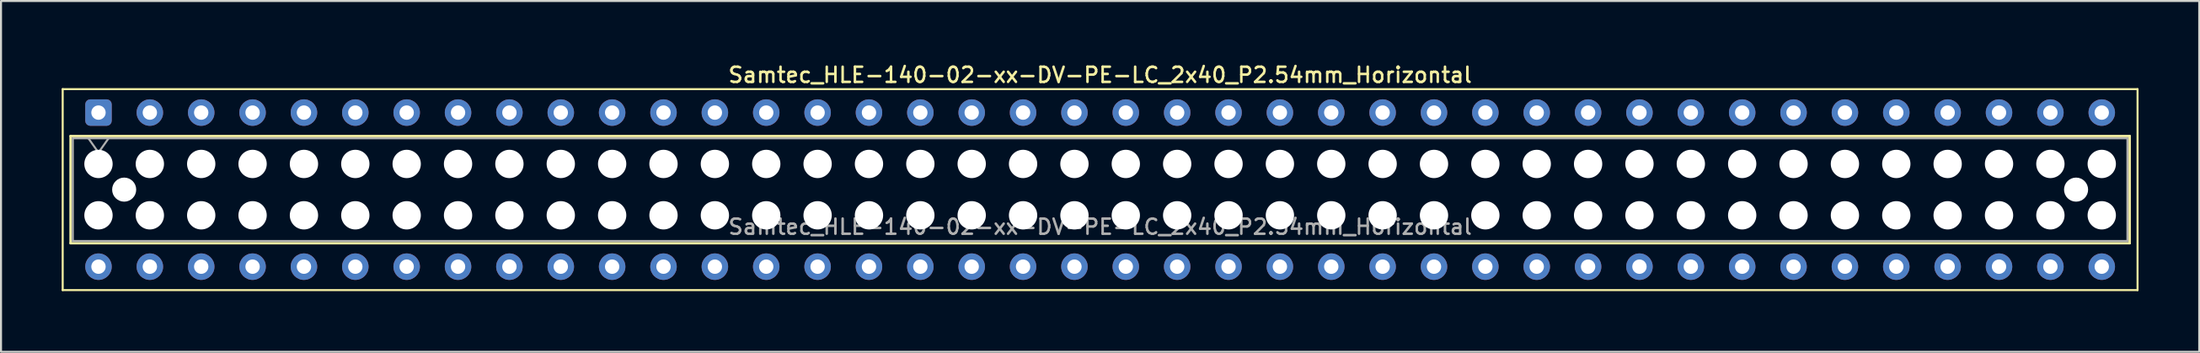
<source format=kicad_pcb>
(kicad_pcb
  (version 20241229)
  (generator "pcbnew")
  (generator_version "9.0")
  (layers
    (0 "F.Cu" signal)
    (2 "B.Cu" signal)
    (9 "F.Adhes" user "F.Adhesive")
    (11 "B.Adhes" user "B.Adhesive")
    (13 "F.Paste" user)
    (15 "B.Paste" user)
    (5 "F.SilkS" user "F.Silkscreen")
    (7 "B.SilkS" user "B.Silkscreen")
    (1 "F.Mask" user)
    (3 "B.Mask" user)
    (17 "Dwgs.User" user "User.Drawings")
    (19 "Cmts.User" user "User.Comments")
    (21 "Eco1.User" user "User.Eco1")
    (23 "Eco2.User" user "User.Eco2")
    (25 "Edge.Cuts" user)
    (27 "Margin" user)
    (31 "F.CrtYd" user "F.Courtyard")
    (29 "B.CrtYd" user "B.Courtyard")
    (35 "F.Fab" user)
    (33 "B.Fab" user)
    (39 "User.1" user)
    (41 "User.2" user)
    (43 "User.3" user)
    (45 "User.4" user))
  (footprint "Samtec_HLE-140-02-xx-DV-PE-LC_2x40_P2.54mm_Horizontal"
    (layer "F.Cu")
    (at 1.82 2.518)
    (property "Reference" "Samtec_HLE-140-02-xx-DV-PE-LC_2x40_P2.54mm_Horizontal" (at 49.53 -1.86 0) (layer "F.SilkS") (effects (font (size 0.75 0.75) (thickness 0.125))))
    (attr through_hole)
    (fp_line (start -1.77 -1.16) (end 100.83 -1.16) (stroke (width 0.1) (type solid)) (layer "F.SilkS"))
    (fp_line (start -1.77 8.78) (end -1.77 -1.16) (stroke (width 0.1) (type solid)) (layer "F.SilkS"))
    (fp_line (start -1.38 1.16) (end 100.44 1.16) (stroke (width 0.12) (type solid)) (layer "F.SilkS"))
    (fp_line (start -1.38 6.46) (end -1.38 1.16) (stroke (width 0.12) (type solid)) (layer "F.SilkS"))
    (fp_line (start 100.44 1.16) (end 100.44 6.46) (stroke (width 0.12) (type solid)) (layer "F.SilkS"))
    (fp_line (start 100.44 6.46) (end -1.38 6.46) (stroke (width 0.12) (type solid)) (layer "F.SilkS"))
    (fp_line (start 100.83 -1.16) (end 100.83 8.78) (stroke (width 0.1) (type solid)) (layer "F.SilkS"))
    (fp_line (start 100.83 8.78) (end -1.77 8.78) (stroke (width 0.1) (type solid)) (layer "F.SilkS"))
    (fp_line (start -1.27 1.27) (end 100.33 1.27) (stroke (width 0.1) (type solid)) (layer "F.Fab"))
    (fp_line (start -1.27 6.35) (end -1.27 1.27) (stroke (width 0.1) (type solid)) (layer "F.Fab"))
    (fp_line (start -0.5 1.27) (end 0 1.977) (stroke (width 0.1) (type solid)) (layer "F.Fab"))
    (fp_line (start 0 1.977) (end 0.5 1.27) (stroke (width 0.1) (type solid)) (layer "F.Fab"))
    (fp_line (start 100.33 1.27) (end 100.33 6.35) (stroke (width 0.1) (type solid)) (layer "F.Fab"))
    (fp_line (start 100.33 6.35) (end -1.27 6.35) (stroke (width 0.1) (type solid)) (layer "F.Fab"))
    (fp_text user "${REFERENCE}" (at 49.53 5.65 0) (layer "F.Fab") (effects (font (size 0.75 0.75) (thickness 0.125))))
    (pad "" np_thru_hole circle (at 0 2.54) (size 1.4 1.4) (drill 1.4) (layers "*.Cu" "*.Mask"))
    (pad "" np_thru_hole circle (at 0 5.08) (size 1.4 1.4) (drill 1.4) (layers "*.Cu" "*.Mask"))
    (pad "" np_thru_hole circle (at 1.27 3.81) (size 1.19 1.19) (drill 1.19) (layers "*.Cu" "*.Mask"))
    (pad "" np_thru_hole circle (at 2.54 2.54) (size 1.4 1.4) (drill 1.4) (layers "*.Cu" "*.Mask"))
    (pad "" np_thru_hole circle (at 2.54 5.08) (size 1.4 1.4) (drill 1.4) (layers "*.Cu" "*.Mask"))
    (pad "" np_thru_hole circle (at 5.08 2.54) (size 1.4 1.4) (drill 1.4) (layers "*.Cu" "*.Mask"))
    (pad "" np_thru_hole circle (at 5.08 5.08) (size 1.4 1.4) (drill 1.4) (layers "*.Cu" "*.Mask"))
    (pad "" np_thru_hole circle (at 7.62 2.54) (size 1.4 1.4) (drill 1.4) (layers "*.Cu" "*.Mask"))
    (pad "" np_thru_hole circle (at 7.62 5.08) (size 1.4 1.4) (drill 1.4) (layers "*.Cu" "*.Mask"))
    (pad "" np_thru_hole circle (at 10.16 2.54) (size 1.4 1.4) (drill 1.4) (layers "*.Cu" "*.Mask"))
    (pad "" np_thru_hole circle (at 10.16 5.08) (size 1.4 1.4) (drill 1.4) (layers "*.Cu" "*.Mask"))
    (pad "" np_thru_hole circle (at 12.7 2.54) (size 1.4 1.4) (drill 1.4) (layers "*.Cu" "*.Mask"))
    (pad "" np_thru_hole circle (at 12.7 5.08) (size 1.4 1.4) (drill 1.4) (layers "*.Cu" "*.Mask"))
    (pad "" np_thru_hole circle (at 15.24 2.54) (size 1.4 1.4) (drill 1.4) (layers "*.Cu" "*.Mask"))
    (pad "" np_thru_hole circle (at 15.24 5.08) (size 1.4 1.4) (drill 1.4) (layers "*.Cu" "*.Mask"))
    (pad "" np_thru_hole circle (at 17.78 2.54) (size 1.4 1.4) (drill 1.4) (layers "*.Cu" "*.Mask"))
    (pad "" np_thru_hole circle (at 17.78 5.08) (size 1.4 1.4) (drill 1.4) (layers "*.Cu" "*.Mask"))
    (pad "" np_thru_hole circle (at 20.32 2.54) (size 1.4 1.4) (drill 1.4) (layers "*.Cu" "*.Mask"))
    (pad "" np_thru_hole circle (at 20.32 5.08) (size 1.4 1.4) (drill 1.4) (layers "*.Cu" "*.Mask"))
    (pad "" np_thru_hole circle (at 22.86 2.54) (size 1.4 1.4) (drill 1.4) (layers "*.Cu" "*.Mask"))
    (pad "" np_thru_hole circle (at 22.86 5.08) (size 1.4 1.4) (drill 1.4) (layers "*.Cu" "*.Mask"))
    (pad "" np_thru_hole circle (at 25.4 2.54) (size 1.4 1.4) (drill 1.4) (layers "*.Cu" "*.Mask"))
    (pad "" np_thru_hole circle (at 25.4 5.08) (size 1.4 1.4) (drill 1.4) (layers "*.Cu" "*.Mask"))
    (pad "" np_thru_hole circle (at 27.94 2.54) (size 1.4 1.4) (drill 1.4) (layers "*.Cu" "*.Mask"))
    (pad "" np_thru_hole circle (at 27.94 5.08) (size 1.4 1.4) (drill 1.4) (layers "*.Cu" "*.Mask"))
    (pad "" np_thru_hole circle (at 30.48 2.54) (size 1.4 1.4) (drill 1.4) (layers "*.Cu" "*.Mask"))
    (pad "" np_thru_hole circle (at 30.48 5.08) (size 1.4 1.4) (drill 1.4) (layers "*.Cu" "*.Mask"))
    (pad "" np_thru_hole circle (at 33.02 2.54) (size 1.4 1.4) (drill 1.4) (layers "*.Cu" "*.Mask"))
    (pad "" np_thru_hole circle (at 33.02 5.08) (size 1.4 1.4) (drill 1.4) (layers "*.Cu" "*.Mask"))
    (pad "" np_thru_hole circle (at 35.56 2.54) (size 1.4 1.4) (drill 1.4) (layers "*.Cu" "*.Mask"))
    (pad "" np_thru_hole circle (at 35.56 5.08) (size 1.4 1.4) (drill 1.4) (layers "*.Cu" "*.Mask"))
    (pad "" np_thru_hole circle (at 38.1 2.54) (size 1.4 1.4) (drill 1.4) (layers "*.Cu" "*.Mask"))
    (pad "" np_thru_hole circle (at 38.1 5.08) (size 1.4 1.4) (drill 1.4) (layers "*.Cu" "*.Mask"))
    (pad "" np_thru_hole circle (at 40.64 2.54) (size 1.4 1.4) (drill 1.4) (layers "*.Cu" "*.Mask"))
    (pad "" np_thru_hole circle (at 40.64 5.08) (size 1.4 1.4) (drill 1.4) (layers "*.Cu" "*.Mask"))
    (pad "" np_thru_hole circle (at 43.18 2.54) (size 1.4 1.4) (drill 1.4) (layers "*.Cu" "*.Mask"))
    (pad "" np_thru_hole circle (at 43.18 5.08) (size 1.4 1.4) (drill 1.4) (layers "*.Cu" "*.Mask"))
    (pad "" np_thru_hole circle (at 45.72 2.54) (size 1.4 1.4) (drill 1.4) (layers "*.Cu" "*.Mask"))
    (pad "" np_thru_hole circle (at 45.72 5.08) (size 1.4 1.4) (drill 1.4) (layers "*.Cu" "*.Mask"))
    (pad "" np_thru_hole circle (at 48.26 2.54) (size 1.4 1.4) (drill 1.4) (layers "*.Cu" "*.Mask"))
    (pad "" np_thru_hole circle (at 48.26 5.08) (size 1.4 1.4) (drill 1.4) (layers "*.Cu" "*.Mask"))
    (pad "" np_thru_hole circle (at 50.8 2.54) (size 1.4 1.4) (drill 1.4) (layers "*.Cu" "*.Mask"))
    (pad "" np_thru_hole circle (at 50.8 5.08) (size 1.4 1.4) (drill 1.4) (layers "*.Cu" "*.Mask"))
    (pad "" np_thru_hole circle (at 53.34 2.54) (size 1.4 1.4) (drill 1.4) (layers "*.Cu" "*.Mask"))
    (pad "" np_thru_hole circle (at 53.34 5.08) (size 1.4 1.4) (drill 1.4) (layers "*.Cu" "*.Mask"))
    (pad "" np_thru_hole circle (at 55.88 2.54) (size 1.4 1.4) (drill 1.4) (layers "*.Cu" "*.Mask"))
    (pad "" np_thru_hole circle (at 55.88 5.08) (size 1.4 1.4) (drill 1.4) (layers "*.Cu" "*.Mask"))
    (pad "" np_thru_hole circle (at 58.42 2.54) (size 1.4 1.4) (drill 1.4) (layers "*.Cu" "*.Mask"))
    (pad "" np_thru_hole circle (at 58.42 5.08) (size 1.4 1.4) (drill 1.4) (layers "*.Cu" "*.Mask"))
    (pad "" np_thru_hole circle (at 60.96 2.54) (size 1.4 1.4) (drill 1.4) (layers "*.Cu" "*.Mask"))
    (pad "" np_thru_hole circle (at 60.96 5.08) (size 1.4 1.4) (drill 1.4) (layers "*.Cu" "*.Mask"))
    (pad "" np_thru_hole circle (at 63.5 2.54) (size 1.4 1.4) (drill 1.4) (layers "*.Cu" "*.Mask"))
    (pad "" np_thru_hole circle (at 63.5 5.08) (size 1.4 1.4) (drill 1.4) (layers "*.Cu" "*.Mask"))
    (pad "" np_thru_hole circle (at 66.04 2.54) (size 1.4 1.4) (drill 1.4) (layers "*.Cu" "*.Mask"))
    (pad "" np_thru_hole circle (at 66.04 5.08) (size 1.4 1.4) (drill 1.4) (layers "*.Cu" "*.Mask"))
    (pad "" np_thru_hole circle (at 68.58 2.54) (size 1.4 1.4) (drill 1.4) (layers "*.Cu" "*.Mask"))
    (pad "" np_thru_hole circle (at 68.58 5.08) (size 1.4 1.4) (drill 1.4) (layers "*.Cu" "*.Mask"))
    (pad "" np_thru_hole circle (at 71.12 2.54) (size 1.4 1.4) (drill 1.4) (layers "*.Cu" "*.Mask"))
    (pad "" np_thru_hole circle (at 71.12 5.08) (size 1.4 1.4) (drill 1.4) (layers "*.Cu" "*.Mask"))
    (pad "" np_thru_hole circle (at 73.66 2.54) (size 1.4 1.4) (drill 1.4) (layers "*.Cu" "*.Mask"))
    (pad "" np_thru_hole circle (at 73.66 5.08) (size 1.4 1.4) (drill 1.4) (layers "*.Cu" "*.Mask"))
    (pad "" np_thru_hole circle (at 76.2 2.54) (size 1.4 1.4) (drill 1.4) (layers "*.Cu" "*.Mask"))
    (pad "" np_thru_hole circle (at 76.2 5.08) (size 1.4 1.4) (drill 1.4) (layers "*.Cu" "*.Mask"))
    (pad "" np_thru_hole circle (at 78.74 2.54) (size 1.4 1.4) (drill 1.4) (layers "*.Cu" "*.Mask"))
    (pad "" np_thru_hole circle (at 78.74 5.08) (size 1.4 1.4) (drill 1.4) (layers "*.Cu" "*.Mask"))
    (pad "" np_thru_hole circle (at 81.28 2.54) (size 1.4 1.4) (drill 1.4) (layers "*.Cu" "*.Mask"))
    (pad "" np_thru_hole circle (at 81.28 5.08) (size 1.4 1.4) (drill 1.4) (layers "*.Cu" "*.Mask"))
    (pad "" np_thru_hole circle (at 83.82 2.54) (size 1.4 1.4) (drill 1.4) (layers "*.Cu" "*.Mask"))
    (pad "" np_thru_hole circle (at 83.82 5.08) (size 1.4 1.4) (drill 1.4) (layers "*.Cu" "*.Mask"))
    (pad "" np_thru_hole circle (at 86.36 2.54) (size 1.4 1.4) (drill 1.4) (layers "*.Cu" "*.Mask"))
    (pad "" np_thru_hole circle (at 86.36 5.08) (size 1.4 1.4) (drill 1.4) (layers "*.Cu" "*.Mask"))
    (pad "" np_thru_hole circle (at 88.9 2.54) (size 1.4 1.4) (drill 1.4) (layers "*.Cu" "*.Mask"))
    (pad "" np_thru_hole circle (at 88.9 5.08) (size 1.4 1.4) (drill 1.4) (layers "*.Cu" "*.Mask"))
    (pad "" np_thru_hole circle (at 91.44 2.54) (size 1.4 1.4) (drill 1.4) (layers "*.Cu" "*.Mask"))
    (pad "" np_thru_hole circle (at 91.44 5.08) (size 1.4 1.4) (drill 1.4) (layers "*.Cu" "*.Mask"))
    (pad "" np_thru_hole circle (at 93.98 2.54) (size 1.4 1.4) (drill 1.4) (layers "*.Cu" "*.Mask"))
    (pad "" np_thru_hole circle (at 93.98 5.08) (size 1.4 1.4) (drill 1.4) (layers "*.Cu" "*.Mask"))
    (pad "" np_thru_hole circle (at 96.52 2.54) (size 1.4 1.4) (drill 1.4) (layers "*.Cu" "*.Mask"))
    (pad "" np_thru_hole circle (at 96.52 5.08) (size 1.4 1.4) (drill 1.4) (layers "*.Cu" "*.Mask"))
    (pad "" np_thru_hole circle (at 97.79 3.81) (size 1.19 1.19) (drill 1.19) (layers "*.Cu" "*.Mask"))
    (pad "" np_thru_hole circle (at 99.06 2.54) (size 1.4 1.4) (drill 1.4) (layers "*.Cu" "*.Mask"))
    (pad "" np_thru_hole circle (at 99.06 5.08) (size 1.4 1.4) (drill 1.4) (layers "*.Cu" "*.Mask"))
    (pad "1" thru_hole roundrect (at 0 0) (size 1.31 1.31) (drill 0.71) (layers "*.Cu" "*.Mask") (roundrect_rratio 0.191))
    (pad "2" thru_hole circle (at 0 7.62) (size 1.31 1.31) (drill 0.71) (layers "*.Cu" "*.Mask"))
    (pad "3" thru_hole circle (at 2.54 0) (size 1.31 1.31) (drill 0.71) (layers "*.Cu" "*.Mask"))
    (pad "4" thru_hole circle (at 2.54 7.62) (size 1.31 1.31) (drill 0.71) (layers "*.Cu" "*.Mask"))
    (pad "5" thru_hole circle (at 5.08 0) (size 1.31 1.31) (drill 0.71) (layers "*.Cu" "*.Mask"))
    (pad "6" thru_hole circle (at 5.08 7.62) (size 1.31 1.31) (drill 0.71) (layers "*.Cu" "*.Mask"))
    (pad "7" thru_hole circle (at 7.62 0) (size 1.31 1.31) (drill 0.71) (layers "*.Cu" "*.Mask"))
    (pad "8" thru_hole circle (at 7.62 7.62) (size 1.31 1.31) (drill 0.71) (layers "*.Cu" "*.Mask"))
    (pad "9" thru_hole circle (at 10.16 0) (size 1.31 1.31) (drill 0.71) (layers "*.Cu" "*.Mask"))
    (pad "10" thru_hole circle (at 10.16 7.62) (size 1.31 1.31) (drill 0.71) (layers "*.Cu" "*.Mask"))
    (pad "11" thru_hole circle (at 12.7 0) (size 1.31 1.31) (drill 0.71) (layers "*.Cu" "*.Mask"))
    (pad "12" thru_hole circle (at 12.7 7.62) (size 1.31 1.31) (drill 0.71) (layers "*.Cu" "*.Mask"))
    (pad "13" thru_hole circle (at 15.24 0) (size 1.31 1.31) (drill 0.71) (layers "*.Cu" "*.Mask"))
    (pad "14" thru_hole circle (at 15.24 7.62) (size 1.31 1.31) (drill 0.71) (layers "*.Cu" "*.Mask"))
    (pad "15" thru_hole circle (at 17.78 0) (size 1.31 1.31) (drill 0.71) (layers "*.Cu" "*.Mask"))
    (pad "16" thru_hole circle (at 17.78 7.62) (size 1.31 1.31) (drill 0.71) (layers "*.Cu" "*.Mask"))
    (pad "17" thru_hole circle (at 20.32 0) (size 1.31 1.31) (drill 0.71) (layers "*.Cu" "*.Mask"))
    (pad "18" thru_hole circle (at 20.32 7.62) (size 1.31 1.31) (drill 0.71) (layers "*.Cu" "*.Mask"))
    (pad "19" thru_hole circle (at 22.86 0) (size 1.31 1.31) (drill 0.71) (layers "*.Cu" "*.Mask"))
    (pad "20" thru_hole circle (at 22.86 7.62) (size 1.31 1.31) (drill 0.71) (layers "*.Cu" "*.Mask"))
    (pad "21" thru_hole circle (at 25.4 0) (size 1.31 1.31) (drill 0.71) (layers "*.Cu" "*.Mask"))
    (pad "22" thru_hole circle (at 25.4 7.62) (size 1.31 1.31) (drill 0.71) (layers "*.Cu" "*.Mask"))
    (pad "23" thru_hole circle (at 27.94 0) (size 1.31 1.31) (drill 0.71) (layers "*.Cu" "*.Mask"))
    (pad "24" thru_hole circle (at 27.94 7.62) (size 1.31 1.31) (drill 0.71) (layers "*.Cu" "*.Mask"))
    (pad "25" thru_hole circle (at 30.48 0) (size 1.31 1.31) (drill 0.71) (layers "*.Cu" "*.Mask"))
    (pad "26" thru_hole circle (at 30.48 7.62) (size 1.31 1.31) (drill 0.71) (layers "*.Cu" "*.Mask"))
    (pad "27" thru_hole circle (at 33.02 0) (size 1.31 1.31) (drill 0.71) (layers "*.Cu" "*.Mask"))
    (pad "28" thru_hole circle (at 33.02 7.62) (size 1.31 1.31) (drill 0.71) (layers "*.Cu" "*.Mask"))
    (pad "29" thru_hole circle (at 35.56 0) (size 1.31 1.31) (drill 0.71) (layers "*.Cu" "*.Mask"))
    (pad "30" thru_hole circle (at 35.56 7.62) (size 1.31 1.31) (drill 0.71) (layers "*.Cu" "*.Mask"))
    (pad "31" thru_hole circle (at 38.1 0) (size 1.31 1.31) (drill 0.71) (layers "*.Cu" "*.Mask"))
    (pad "32" thru_hole circle (at 38.1 7.62) (size 1.31 1.31) (drill 0.71) (layers "*.Cu" "*.Mask"))
    (pad "33" thru_hole circle (at 40.64 0) (size 1.31 1.31) (drill 0.71) (layers "*.Cu" "*.Mask"))
    (pad "34" thru_hole circle (at 40.64 7.62) (size 1.31 1.31) (drill 0.71) (layers "*.Cu" "*.Mask"))
    (pad "35" thru_hole circle (at 43.18 0) (size 1.31 1.31) (drill 0.71) (layers "*.Cu" "*.Mask"))
    (pad "36" thru_hole circle (at 43.18 7.62) (size 1.31 1.31) (drill 0.71) (layers "*.Cu" "*.Mask"))
    (pad "37" thru_hole circle (at 45.72 0) (size 1.31 1.31) (drill 0.71) (layers "*.Cu" "*.Mask"))
    (pad "38" thru_hole circle (at 45.72 7.62) (size 1.31 1.31) (drill 0.71) (layers "*.Cu" "*.Mask"))
    (pad "39" thru_hole circle (at 48.26 0) (size 1.31 1.31) (drill 0.71) (layers "*.Cu" "*.Mask"))
    (pad "40" thru_hole circle (at 48.26 7.62) (size 1.31 1.31) (drill 0.71) (layers "*.Cu" "*.Mask"))
    (pad "41" thru_hole circle (at 50.8 0) (size 1.31 1.31) (drill 0.71) (layers "*.Cu" "*.Mask"))
    (pad "42" thru_hole circle (at 50.8 7.62) (size 1.31 1.31) (drill 0.71) (layers "*.Cu" "*.Mask"))
    (pad "43" thru_hole circle (at 53.34 0) (size 1.31 1.31) (drill 0.71) (layers "*.Cu" "*.Mask"))
    (pad "44" thru_hole circle (at 53.34 7.62) (size 1.31 1.31) (drill 0.71) (layers "*.Cu" "*.Mask"))
    (pad "45" thru_hole circle (at 55.88 0) (size 1.31 1.31) (drill 0.71) (layers "*.Cu" "*.Mask"))
    (pad "46" thru_hole circle (at 55.88 7.62) (size 1.31 1.31) (drill 0.71) (layers "*.Cu" "*.Mask"))
    (pad "47" thru_hole circle (at 58.42 0) (size 1.31 1.31) (drill 0.71) (layers "*.Cu" "*.Mask"))
    (pad "48" thru_hole circle (at 58.42 7.62) (size 1.31 1.31) (drill 0.71) (layers "*.Cu" "*.Mask"))
    (pad "49" thru_hole circle (at 60.96 0) (size 1.31 1.31) (drill 0.71) (layers "*.Cu" "*.Mask"))
    (pad "50" thru_hole circle (at 60.96 7.62) (size 1.31 1.31) (drill 0.71) (layers "*.Cu" "*.Mask"))
    (pad "51" thru_hole circle (at 63.5 0) (size 1.31 1.31) (drill 0.71) (layers "*.Cu" "*.Mask"))
    (pad "52" thru_hole circle (at 63.5 7.62) (size 1.31 1.31) (drill 0.71) (layers "*.Cu" "*.Mask"))
    (pad "53" thru_hole circle (at 66.04 0) (size 1.31 1.31) (drill 0.71) (layers "*.Cu" "*.Mask"))
    (pad "54" thru_hole circle (at 66.04 7.62) (size 1.31 1.31) (drill 0.71) (layers "*.Cu" "*.Mask"))
    (pad "55" thru_hole circle (at 68.58 0) (size 1.31 1.31) (drill 0.71) (layers "*.Cu" "*.Mask"))
    (pad "56" thru_hole circle (at 68.58 7.62) (size 1.31 1.31) (drill 0.71) (layers "*.Cu" "*.Mask"))
    (pad "57" thru_hole circle (at 71.12 0) (size 1.31 1.31) (drill 0.71) (layers "*.Cu" "*.Mask"))
    (pad "58" thru_hole circle (at 71.12 7.62) (size 1.31 1.31) (drill 0.71) (layers "*.Cu" "*.Mask"))
    (pad "59" thru_hole circle (at 73.66 0) (size 1.31 1.31) (drill 0.71) (layers "*.Cu" "*.Mask"))
    (pad "60" thru_hole circle (at 73.66 7.62) (size 1.31 1.31) (drill 0.71) (layers "*.Cu" "*.Mask"))
    (pad "61" thru_hole circle (at 76.2 0) (size 1.31 1.31) (drill 0.71) (layers "*.Cu" "*.Mask"))
    (pad "62" thru_hole circle (at 76.2 7.62) (size 1.31 1.31) (drill 0.71) (layers "*.Cu" "*.Mask"))
    (pad "63" thru_hole circle (at 78.74 0) (size 1.31 1.31) (drill 0.71) (layers "*.Cu" "*.Mask"))
    (pad "64" thru_hole circle (at 78.74 7.62) (size 1.31 1.31) (drill 0.71) (layers "*.Cu" "*.Mask"))
    (pad "65" thru_hole circle (at 81.28 0) (size 1.31 1.31) (drill 0.71) (layers "*.Cu" "*.Mask"))
    (pad "66" thru_hole circle (at 81.28 7.62) (size 1.31 1.31) (drill 0.71) (layers "*.Cu" "*.Mask"))
    (pad "67" thru_hole circle (at 83.82 0) (size 1.31 1.31) (drill 0.71) (layers "*.Cu" "*.Mask"))
    (pad "68" thru_hole circle (at 83.82 7.62) (size 1.31 1.31) (drill 0.71) (layers "*.Cu" "*.Mask"))
    (pad "69" thru_hole circle (at 86.36 0) (size 1.31 1.31) (drill 0.71) (layers "*.Cu" "*.Mask"))
    (pad "70" thru_hole circle (at 86.36 7.62) (size 1.31 1.31) (drill 0.71) (layers "*.Cu" "*.Mask"))
    (pad "71" thru_hole circle (at 88.9 0) (size 1.31 1.31) (drill 0.71) (layers "*.Cu" "*.Mask"))
    (pad "72" thru_hole circle (at 88.9 7.62) (size 1.31 1.31) (drill 0.71) (layers "*.Cu" "*.Mask"))
    (pad "73" thru_hole circle (at 91.44 0) (size 1.31 1.31) (drill 0.71) (layers "*.Cu" "*.Mask"))
    (pad "74" thru_hole circle (at 91.44 7.62) (size 1.31 1.31) (drill 0.71) (layers "*.Cu" "*.Mask"))
    (pad "75" thru_hole circle (at 93.98 0) (size 1.31 1.31) (drill 0.71) (layers "*.Cu" "*.Mask"))
    (pad "76" thru_hole circle (at 93.98 7.62) (size 1.31 1.31) (drill 0.71) (layers "*.Cu" "*.Mask"))
    (pad "77" thru_hole circle (at 96.52 0) (size 1.31 1.31) (drill 0.71) (layers "*.Cu" "*.Mask"))
    (pad "78" thru_hole circle (at 96.52 7.62) (size 1.31 1.31) (drill 0.71) (layers "*.Cu" "*.Mask"))
    (pad "79" thru_hole circle (at 99.06 0) (size 1.31 1.31) (drill 0.71) (layers "*.Cu" "*.Mask"))
    (pad "80" thru_hole circle (at 99.06 7.62) (size 1.31 1.31) (drill 0.71) (layers "*.Cu" "*.Mask")))
  (gr_rect
    (start -3 -3)
    (end 105.7 14.348)
    (stroke (width 0.1) (type default))
    (fill no)
    (layer "Edge.Cuts")))
</source>
